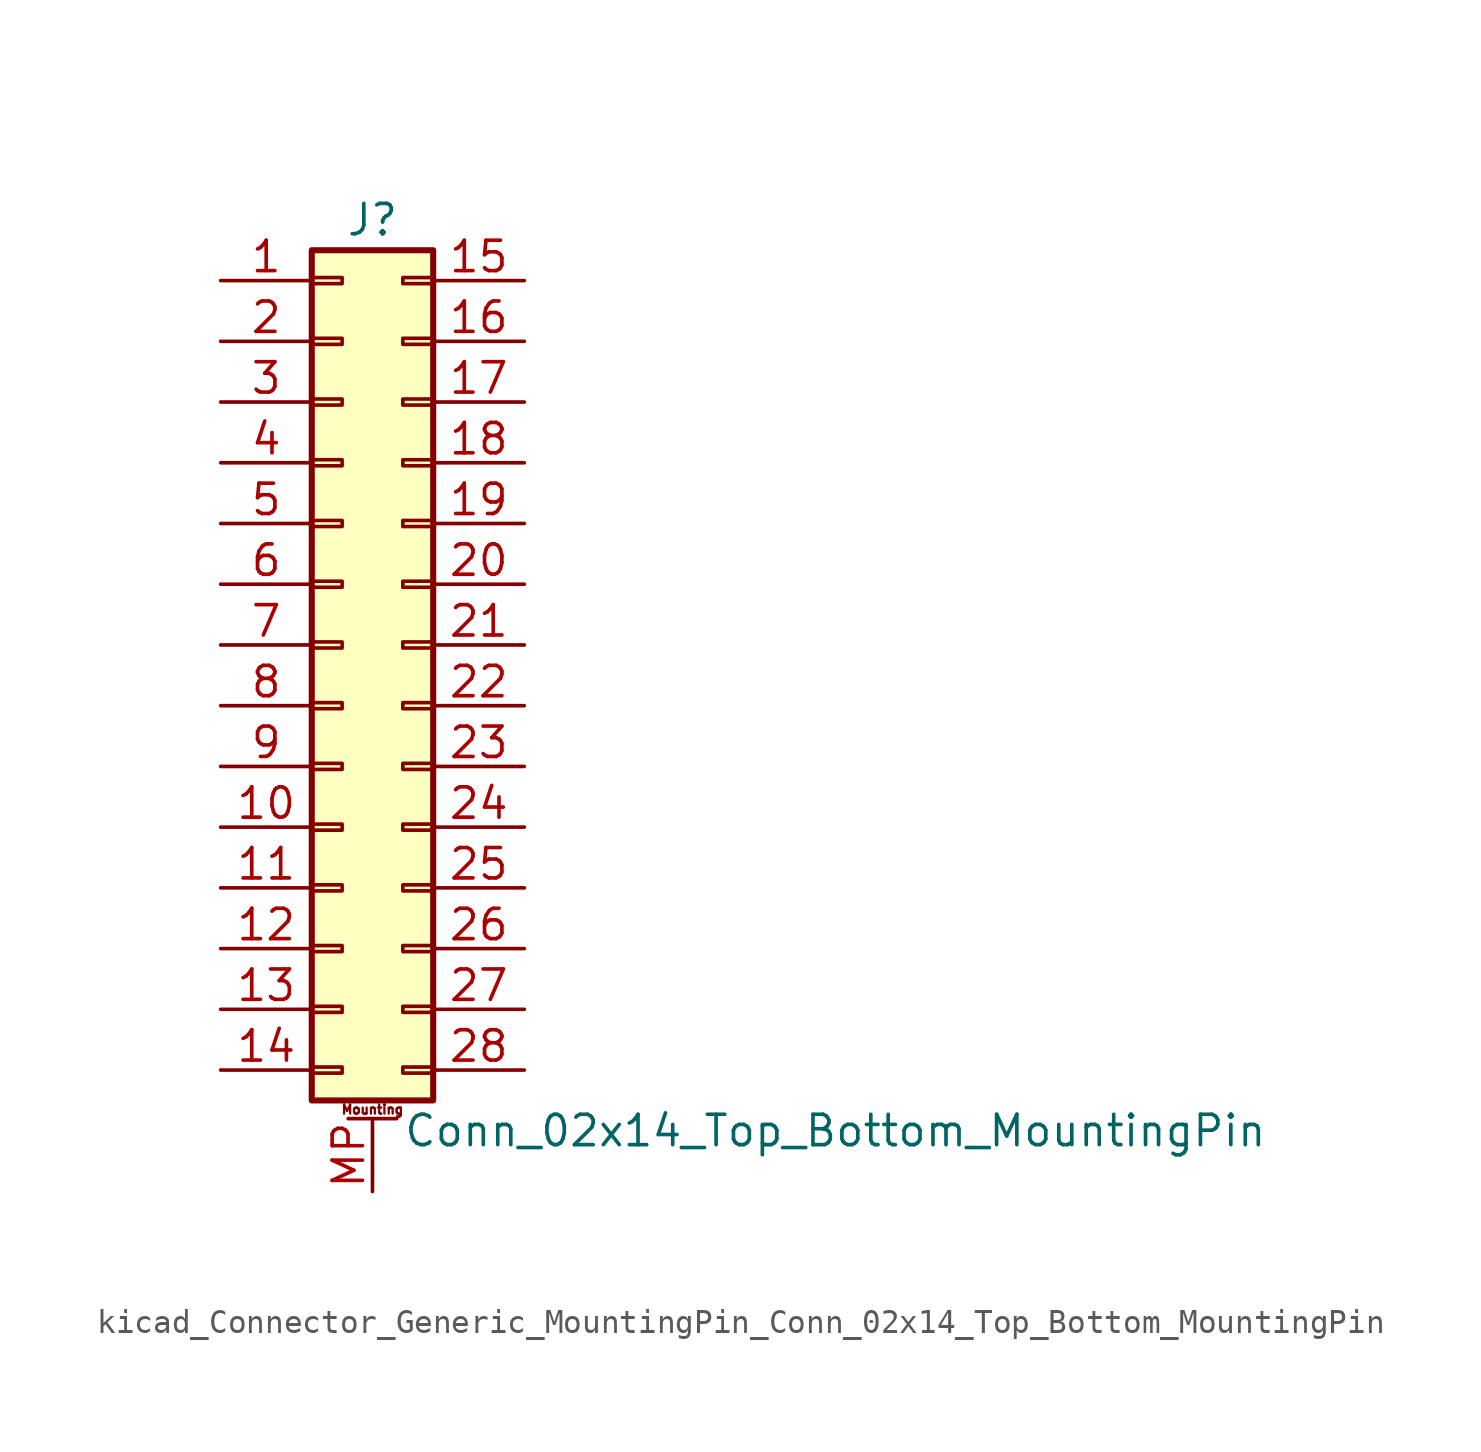
<source format=kicad_sym>
(kicad_symbol_lib
  (version 20220914)
  (generator kicad_symbol_editor)
  (symbol "kicad_Connector_Generic_MountingPin_Conn_02x14_Top_Bottom_MountingPin"
    (pin_names
      (offset 1.016) hide)
    (property "Reference" "J"
      (at 1.27 17.78 0)
      (effects (font (size 1.27 1.27))))
    (property "Value" "Conn_02x14_Top_Bottom_MountingPin"
      (at 2.54 -20.32 0)
      (effects (font (size 1.27 1.27)) (justify left)))
    (symbol "kicad_Connector_Generic_MountingPin_Conn_02x14_Top_Bottom_MountingPin_1_1"
      (rectangle (start -1.27 -17.653) (end 0 -17.907) (stroke (width 0.152) (type default)) (fill (type none)))
      (rectangle (start -1.27 -15.113) (end 0 -15.367) (stroke (width 0.152) (type default)) (fill (type none)))
      (rectangle (start -1.27 -12.573) (end 0 -12.827) (stroke (width 0.152) (type default)) (fill (type none)))
      (rectangle (start -1.27 -10.033) (end 0 -10.287) (stroke (width 0.152) (type default)) (fill (type none)))
      (rectangle (start -1.27 -7.493) (end 0 -7.747) (stroke (width 0.152) (type default)) (fill (type none)))
      (rectangle (start -1.27 -4.953) (end 0 -5.207) (stroke (width 0.152) (type default)) (fill (type none)))
      (rectangle (start -1.27 -2.413) (end 0 -2.667) (stroke (width 0.152) (type default)) (fill (type none)))
      (rectangle (start -1.27 0.127) (end 0 -0.127) (stroke (width 0.152) (type default)) (fill (type none)))
      (rectangle (start -1.27 2.667) (end 0 2.413) (stroke (width 0.152) (type default)) (fill (type none)))
      (rectangle (start -1.27 5.207) (end 0 4.953) (stroke (width 0.152) (type default)) (fill (type none)))
      (rectangle (start -1.27 7.747) (end 0 7.493) (stroke (width 0.152) (type default)) (fill (type none)))
      (rectangle (start -1.27 10.287) (end 0 10.033) (stroke (width 0.152) (type default)) (fill (type none)))
      (rectangle (start -1.27 12.827) (end 0 12.573) (stroke (width 0.152) (type default)) (fill (type none)))
      (rectangle (start -1.27 15.367) (end 0 15.113) (stroke (width 0.152) (type default)) (fill (type none)))
      (rectangle (start -1.27 16.51) (end 3.81 -19.05) (stroke (width 0.254) (type default)) (fill (type background)))
      (polyline (pts (xy 0.254 -19.812) (xy 2.286 -19.812)) (stroke (width 0.152) (type default)) (fill (type none)))
      (rectangle (start 3.81 -17.653) (end 2.54 -17.907) (stroke (width 0.152) (type default)) (fill (type none)))
      (rectangle (start 3.81 -15.113) (end 2.54 -15.367) (stroke (width 0.152) (type default)) (fill (type none)))
      (rectangle (start 3.81 -12.573) (end 2.54 -12.827) (stroke (width 0.152) (type default)) (fill (type none)))
      (rectangle (start 3.81 -10.033) (end 2.54 -10.287) (stroke (width 0.152) (type default)) (fill (type none)))
      (rectangle (start 3.81 -7.493) (end 2.54 -7.747) (stroke (width 0.152) (type default)) (fill (type none)))
      (rectangle (start 3.81 -4.953) (end 2.54 -5.207) (stroke (width 0.152) (type default)) (fill (type none)))
      (rectangle (start 3.81 -2.413) (end 2.54 -2.667) (stroke (width 0.152) (type default)) (fill (type none)))
      (rectangle (start 3.81 0.127) (end 2.54 -0.127) (stroke (width 0.152) (type default)) (fill (type none)))
      (rectangle (start 3.81 2.667) (end 2.54 2.413) (stroke (width 0.152) (type default)) (fill (type none)))
      (rectangle (start 3.81 5.207) (end 2.54 4.953) (stroke (width 0.152) (type default)) (fill (type none)))
      (rectangle (start 3.81 7.747) (end 2.54 7.493) (stroke (width 0.152) (type default)) (fill (type none)))
      (rectangle (start 3.81 10.287) (end 2.54 10.033) (stroke (width 0.152) (type default)) (fill (type none)))
      (rectangle (start 3.81 12.827) (end 2.54 12.573) (stroke (width 0.152) (type default)) (fill (type none)))
      (rectangle (start 3.81 15.367) (end 2.54 15.113) (stroke (width 0.152) (type default)) (fill (type none)))
      (text "Mounting" (at 1.27 -19.431 0) (effects (font (size 0.381 0.381))))
      (pin passive line (at -5.08 15.24 0) (length 3.81) (name "Pin_1" (effects (font (size 1.27 1.27)))) (number "1" (effects (font (size 1.27 1.27)))))
      (pin passive line (at -5.08 -7.62 0) (length 3.81) (name "Pin_10" (effects (font (size 1.27 1.27)))) (number "10" (effects (font (size 1.27 1.27)))))
      (pin passive line (at -5.08 -10.16 0) (length 3.81) (name "Pin_11" (effects (font (size 1.27 1.27)))) (number "11" (effects (font (size 1.27 1.27)))))
      (pin passive line (at -5.08 -12.7 0) (length 3.81) (name "Pin_12" (effects (font (size 1.27 1.27)))) (number "12" (effects (font (size 1.27 1.27)))))
      (pin passive line (at -5.08 -15.24 0) (length 3.81) (name "Pin_13" (effects (font (size 1.27 1.27)))) (number "13" (effects (font (size 1.27 1.27)))))
      (pin passive line (at -5.08 -17.78 0) (length 3.81) (name "Pin_14" (effects (font (size 1.27 1.27)))) (number "14" (effects (font (size 1.27 1.27)))))
      (pin passive line (at 7.62 15.24 180) (length 3.81) (name "Pin_15" (effects (font (size 1.27 1.27)))) (number "15" (effects (font (size 1.27 1.27)))))
      (pin passive line (at 7.62 12.7 180) (length 3.81) (name "Pin_16" (effects (font (size 1.27 1.27)))) (number "16" (effects (font (size 1.27 1.27)))))
      (pin passive line (at 7.62 10.16 180) (length 3.81) (name "Pin_17" (effects (font (size 1.27 1.27)))) (number "17" (effects (font (size 1.27 1.27)))))
      (pin passive line (at 7.62 7.62 180) (length 3.81) (name "Pin_18" (effects (font (size 1.27 1.27)))) (number "18" (effects (font (size 1.27 1.27)))))
      (pin passive line (at 7.62 5.08 180) (length 3.81) (name "Pin_19" (effects (font (size 1.27 1.27)))) (number "19" (effects (font (size 1.27 1.27)))))
      (pin passive line (at -5.08 12.7 0) (length 3.81) (name "Pin_2" (effects (font (size 1.27 1.27)))) (number "2" (effects (font (size 1.27 1.27)))))
      (pin passive line (at 7.62 2.54 180) (length 3.81) (name "Pin_20" (effects (font (size 1.27 1.27)))) (number "20" (effects (font (size 1.27 1.27)))))
      (pin passive line (at 7.62 0 180) (length 3.81) (name "Pin_21" (effects (font (size 1.27 1.27)))) (number "21" (effects (font (size 1.27 1.27)))))
      (pin passive line (at 7.62 -2.54 180) (length 3.81) (name "Pin_22" (effects (font (size 1.27 1.27)))) (number "22" (effects (font (size 1.27 1.27)))))
      (pin passive line (at 7.62 -5.08 180) (length 3.81) (name "Pin_23" (effects (font (size 1.27 1.27)))) (number "23" (effects (font (size 1.27 1.27)))))
      (pin passive line (at 7.62 -7.62 180) (length 3.81) (name "Pin_24" (effects (font (size 1.27 1.27)))) (number "24" (effects (font (size 1.27 1.27)))))
      (pin passive line (at 7.62 -10.16 180) (length 3.81) (name "Pin_25" (effects (font (size 1.27 1.27)))) (number "25" (effects (font (size 1.27 1.27)))))
      (pin passive line (at 7.62 -12.7 180) (length 3.81) (name "Pin_26" (effects (font (size 1.27 1.27)))) (number "26" (effects (font (size 1.27 1.27)))))
      (pin passive line (at 7.62 -15.24 180) (length 3.81) (name "Pin_27" (effects (font (size 1.27 1.27)))) (number "27" (effects (font (size 1.27 1.27)))))
      (pin passive line (at 7.62 -17.78 180) (length 3.81) (name "Pin_28" (effects (font (size 1.27 1.27)))) (number "28" (effects (font (size 1.27 1.27)))))
      (pin passive line (at -5.08 10.16 0) (length 3.81) (name "Pin_3" (effects (font (size 1.27 1.27)))) (number "3" (effects (font (size 1.27 1.27)))))
      (pin passive line (at -5.08 7.62 0) (length 3.81) (name "Pin_4" (effects (font (size 1.27 1.27)))) (number "4" (effects (font (size 1.27 1.27)))))
      (pin passive line (at -5.08 5.08 0) (length 3.81) (name "Pin_5" (effects (font (size 1.27 1.27)))) (number "5" (effects (font (size 1.27 1.27)))))
      (pin passive line (at -5.08 2.54 0) (length 3.81) (name "Pin_6" (effects (font (size 1.27 1.27)))) (number "6" (effects (font (size 1.27 1.27)))))
      (pin passive line (at -5.08 0 0) (length 3.81) (name "Pin_7" (effects (font (size 1.27 1.27)))) (number "7" (effects (font (size 1.27 1.27)))))
      (pin passive line (at -5.08 -2.54 0) (length 3.81) (name "Pin_8" (effects (font (size 1.27 1.27)))) (number "8" (effects (font (size 1.27 1.27)))))
      (pin passive line (at -5.08 -5.08 0) (length 3.81) (name "Pin_9" (effects (font (size 1.27 1.27)))) (number "9" (effects (font (size 1.27 1.27)))))
      (pin passive line (at 1.27 -22.86 90) (length 3.048) (name "MountPin" (effects (font (size 1.27 1.27)))) (number "MP" (effects (font (size 1.27 1.27))))))))
</source>
